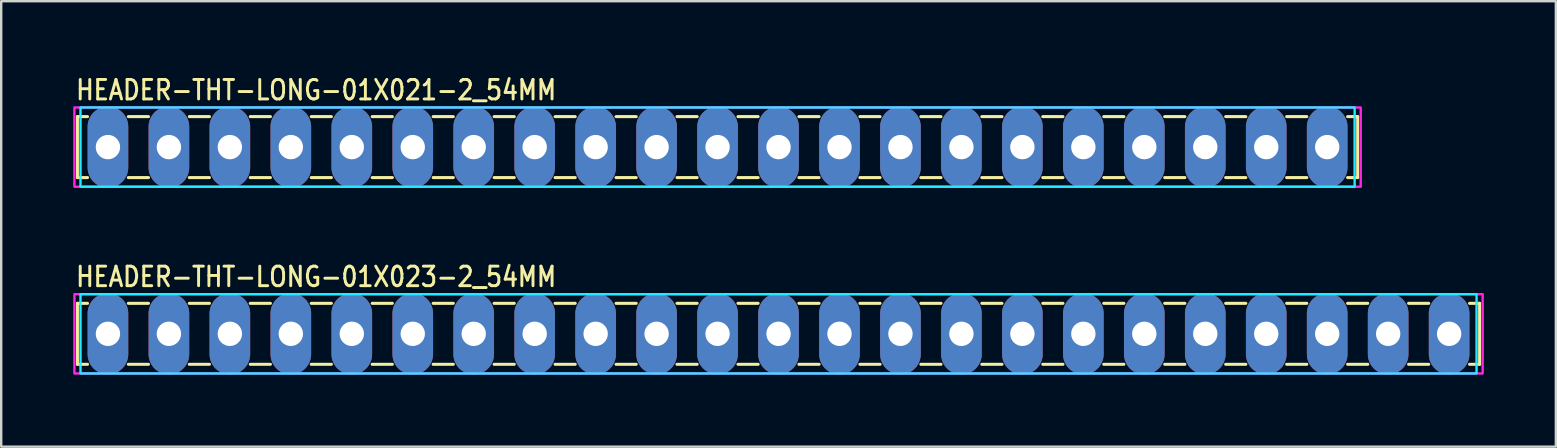
<source format=kicad_pcb>
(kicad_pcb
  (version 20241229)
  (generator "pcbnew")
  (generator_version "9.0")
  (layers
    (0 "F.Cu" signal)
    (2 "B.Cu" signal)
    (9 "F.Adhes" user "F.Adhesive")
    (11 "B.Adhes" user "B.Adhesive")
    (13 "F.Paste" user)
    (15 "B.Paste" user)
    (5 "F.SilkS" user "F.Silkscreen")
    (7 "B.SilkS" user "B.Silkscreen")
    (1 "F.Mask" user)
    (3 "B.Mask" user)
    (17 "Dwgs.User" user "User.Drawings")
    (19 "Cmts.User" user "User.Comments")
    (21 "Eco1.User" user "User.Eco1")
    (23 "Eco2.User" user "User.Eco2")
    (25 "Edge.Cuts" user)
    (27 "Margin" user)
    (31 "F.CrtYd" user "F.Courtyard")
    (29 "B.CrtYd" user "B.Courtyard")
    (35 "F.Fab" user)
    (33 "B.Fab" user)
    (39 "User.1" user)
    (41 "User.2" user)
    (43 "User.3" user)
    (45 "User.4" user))
  (footprint "HEADER-THT-LONG-01X023-2_54MM"
    (layer "F.Cu")
    (at 1.447 10.858)
    (property "Reference" "HEADER-THT-LONG-01X023-2_54MM" (at -1.4 -1.9 0) (unlocked yes) (layer "F.SilkS") (effects (font (size 0.813 0.695) (thickness 0.122)) (justify left bottom)))
    (fp_line (start -1.27 -1.27) (end -1.27 1.27) (stroke (width 0.127) (type solid)) (layer "F.SilkS"))
    (fp_line (start -1.27 1.27) (end -0.85 1.27) (stroke (width 0.127) (type solid)) (layer "F.SilkS"))
    (fp_line (start -0.85 -1.27) (end -1.27 -1.27) (stroke (width 0.127) (type solid)) (layer "F.SilkS"))
    (fp_line (start 0.85 -1.27) (end 1.69 -1.27) (stroke (width 0.127) (type solid)) (layer "F.SilkS"))
    (fp_line (start 0.85 1.27) (end 1.69 1.27) (stroke (width 0.127) (type solid)) (layer "F.SilkS"))
    (fp_line (start 3.39 -1.27) (end 4.23 -1.27) (stroke (width 0.127) (type solid)) (layer "F.SilkS"))
    (fp_line (start 3.39 1.27) (end 4.23 1.27) (stroke (width 0.127) (type solid)) (layer "F.SilkS"))
    (fp_line (start 5.93 -1.27) (end 6.77 -1.27) (stroke (width 0.127) (type solid)) (layer "F.SilkS"))
    (fp_line (start 5.93 1.27) (end 6.77 1.27) (stroke (width 0.127) (type solid)) (layer "F.SilkS"))
    (fp_line (start 8.47 -1.27) (end 9.31 -1.27) (stroke (width 0.127) (type solid)) (layer "F.SilkS"))
    (fp_line (start 8.47 1.27) (end 9.31 1.27) (stroke (width 0.127) (type solid)) (layer "F.SilkS"))
    (fp_line (start 11.01 -1.27) (end 11.85 -1.27) (stroke (width 0.127) (type solid)) (layer "F.SilkS"))
    (fp_line (start 11.01 1.27) (end 11.85 1.27) (stroke (width 0.127) (type solid)) (layer "F.SilkS"))
    (fp_line (start 13.55 -1.27) (end 14.39 -1.27) (stroke (width 0.127) (type solid)) (layer "F.SilkS"))
    (fp_line (start 13.55 1.27) (end 14.39 1.27) (stroke (width 0.127) (type solid)) (layer "F.SilkS"))
    (fp_line (start 16.09 -1.27) (end 16.93 -1.27) (stroke (width 0.127) (type solid)) (layer "F.SilkS"))
    (fp_line (start 16.09 1.27) (end 16.93 1.27) (stroke (width 0.127) (type solid)) (layer "F.SilkS"))
    (fp_line (start 18.63 -1.27) (end 19.47 -1.27) (stroke (width 0.127) (type solid)) (layer "F.SilkS"))
    (fp_line (start 18.63 1.27) (end 19.47 1.27) (stroke (width 0.127) (type solid)) (layer "F.SilkS"))
    (fp_line (start 21.17 -1.27) (end 22.01 -1.27) (stroke (width 0.127) (type solid)) (layer "F.SilkS"))
    (fp_line (start 21.17 1.27) (end 22.01 1.27) (stroke (width 0.127) (type solid)) (layer "F.SilkS"))
    (fp_line (start 23.71 -1.27) (end 24.55 -1.27) (stroke (width 0.127) (type solid)) (layer "F.SilkS"))
    (fp_line (start 23.71 1.27) (end 24.55 1.27) (stroke (width 0.127) (type solid)) (layer "F.SilkS"))
    (fp_line (start 26.25 -1.27) (end 27.09 -1.27) (stroke (width 0.127) (type solid)) (layer "F.SilkS"))
    (fp_line (start 26.25 1.27) (end 27.09 1.27) (stroke (width 0.127) (type solid)) (layer "F.SilkS"))
    (fp_line (start 28.79 -1.27) (end 29.63 -1.27) (stroke (width 0.127) (type solid)) (layer "F.SilkS"))
    (fp_line (start 28.79 1.27) (end 29.63 1.27) (stroke (width 0.127) (type solid)) (layer "F.SilkS"))
    (fp_line (start 31.33 -1.27) (end 32.17 -1.27) (stroke (width 0.127) (type solid)) (layer "F.SilkS"))
    (fp_line (start 31.33 1.27) (end 32.17 1.27) (stroke (width 0.127) (type solid)) (layer "F.SilkS"))
    (fp_line (start 33.87 -1.27) (end 34.71 -1.27) (stroke (width 0.127) (type solid)) (layer "F.SilkS"))
    (fp_line (start 33.87 1.27) (end 34.71 1.27) (stroke (width 0.127) (type solid)) (layer "F.SilkS"))
    (fp_line (start 36.41 -1.27) (end 37.25 -1.27) (stroke (width 0.127) (type solid)) (layer "F.SilkS"))
    (fp_line (start 36.41 1.27) (end 37.25 1.27) (stroke (width 0.127) (type solid)) (layer "F.SilkS"))
    (fp_line (start 38.95 -1.27) (end 39.79 -1.27) (stroke (width 0.127) (type solid)) (layer "F.SilkS"))
    (fp_line (start 38.95 1.27) (end 39.79 1.27) (stroke (width 0.127) (type solid)) (layer "F.SilkS"))
    (fp_line (start 41.49 -1.27) (end 42.33 -1.27) (stroke (width 0.127) (type solid)) (layer "F.SilkS"))
    (fp_line (start 41.49 1.27) (end 42.33 1.27) (stroke (width 0.127) (type solid)) (layer "F.SilkS"))
    (fp_line (start 44.03 -1.27) (end 44.87 -1.27) (stroke (width 0.127) (type solid)) (layer "F.SilkS"))
    (fp_line (start 44.03 1.27) (end 44.87 1.27) (stroke (width 0.127) (type solid)) (layer "F.SilkS"))
    (fp_line (start 46.57 -1.27) (end 47.41 -1.27) (stroke (width 0.127) (type solid)) (layer "F.SilkS"))
    (fp_line (start 46.57 1.27) (end 47.41 1.27) (stroke (width 0.127) (type solid)) (layer "F.SilkS"))
    (fp_line (start 49.11 -1.27) (end 49.95 -1.27) (stroke (width 0.127) (type solid)) (layer "F.SilkS"))
    (fp_line (start 49.11 1.27) (end 49.95 1.27) (stroke (width 0.127) (type solid)) (layer "F.SilkS"))
    (fp_line (start 51.65 -1.27) (end 52.49 -1.27) (stroke (width 0.127) (type solid)) (layer "F.SilkS"))
    (fp_line (start 51.65 1.27) (end 52.49 1.27) (stroke (width 0.127) (type solid)) (layer "F.SilkS"))
    (fp_line (start 54.19 -1.27) (end 55.03 -1.27) (stroke (width 0.127) (type solid)) (layer "F.SilkS"))
    (fp_line (start 54.19 1.27) (end 55.03 1.27) (stroke (width 0.127) (type solid)) (layer "F.SilkS"))
    (fp_line (start 56.73 -1.27) (end 57.15 -1.27) (stroke (width 0.127) (type solid)) (layer "F.SilkS"))
    (fp_line (start 57.15 -1.27) (end 57.15 1.27) (stroke (width 0.127) (type solid)) (layer "F.SilkS"))
    (fp_line (start 57.15 1.27) (end 56.73 1.27) (stroke (width 0.127) (type solid)) (layer "F.SilkS"))
    (fp_poly (pts (xy -1.143 -1.651) (xy 57.023 -1.651) (xy 57.023 1.651) (xy -1.143 1.651)) (stroke (width 0.1) (type solid)) (fill no) (layer "B.CrtYd"))
    (fp_poly (pts (xy -1.397 -1.651) (xy 57.277 -1.651) (xy 57.277 1.651) (xy -1.397 1.651)) (stroke (width 0.1) (type solid)) (fill no) (layer "F.CrtYd"))
    (pad "P$1" thru_hole oval (at 0 0 90) (size 3.387 1.693) (drill 1.016) (layers "*.Cu" "*.Mask"))
    (pad "P$2" thru_hole oval (at 2.54 0 90) (size 3.387 1.693) (drill 1.016) (layers "*.Cu" "*.Mask"))
    (pad "P$3" thru_hole oval (at 5.08 0 90) (size 3.387 1.693) (drill 1.016) (layers "*.Cu" "*.Mask"))
    (pad "P$4" thru_hole oval (at 7.62 0 90) (size 3.387 1.693) (drill 1.016) (layers "*.Cu" "*.Mask"))
    (pad "P$5" thru_hole oval (at 10.16 0 90) (size 3.387 1.693) (drill 1.016) (layers "*.Cu" "*.Mask"))
    (pad "P$6" thru_hole oval (at 12.7 0 90) (size 3.387 1.693) (drill 1.016) (layers "*.Cu" "*.Mask"))
    (pad "P$7" thru_hole oval (at 15.24 0 90) (size 3.387 1.693) (drill 1.016) (layers "*.Cu" "*.Mask"))
    (pad "P$8" thru_hole oval (at 17.78 0 90) (size 3.387 1.693) (drill 1.016) (layers "*.Cu" "*.Mask"))
    (pad "P$9" thru_hole oval (at 20.32 0 90) (size 3.387 1.693) (drill 1.016) (layers "*.Cu" "*.Mask"))
    (pad "P$10" thru_hole oval (at 22.86 0 90) (size 3.387 1.693) (drill 1.016) (layers "*.Cu" "*.Mask"))
    (pad "P$11" thru_hole oval (at 25.4 0 90) (size 3.387 1.693) (drill 1.016) (layers "*.Cu" "*.Mask"))
    (pad "P$12" thru_hole oval (at 27.94 0 90) (size 3.387 1.693) (drill 1.016) (layers "*.Cu" "*.Mask"))
    (pad "P$13" thru_hole oval (at 30.48 0 90) (size 3.387 1.693) (drill 1.016) (layers "*.Cu" "*.Mask"))
    (pad "P$14" thru_hole oval (at 33.02 0 90) (size 3.387 1.693) (drill 1.016) (layers "*.Cu" "*.Mask"))
    (pad "P$15" thru_hole oval (at 35.56 0 90) (size 3.387 1.693) (drill 1.016) (layers "*.Cu" "*.Mask"))
    (pad "P$16" thru_hole oval (at 38.1 0 90) (size 3.387 1.693) (drill 1.016) (layers "*.Cu" "*.Mask"))
    (pad "P$17" thru_hole oval (at 40.64 0 90) (size 3.387 1.693) (drill 1.016) (layers "*.Cu" "*.Mask"))
    (pad "P$18" thru_hole oval (at 43.18 0 90) (size 3.387 1.693) (drill 1.016) (layers "*.Cu" "*.Mask"))
    (pad "P$19" thru_hole oval (at 45.72 0 90) (size 3.387 1.693) (drill 1.016) (layers "*.Cu" "*.Mask"))
    (pad "P$20" thru_hole oval (at 48.26 0 90) (size 3.387 1.693) (drill 1.016) (layers "*.Cu" "*.Mask"))
    (pad "P$21" thru_hole oval (at 50.8 0 90) (size 3.387 1.693) (drill 1.016) (layers "*.Cu" "*.Mask"))
    (pad "P$22" thru_hole oval (at 53.34 0 90) (size 3.387 1.693) (drill 1.016) (layers "*.Cu" "*.Mask"))
    (pad "P$23" thru_hole oval (at 55.88 0 90) (size 3.387 1.693) (drill 1.016) (layers "*.Cu" "*.Mask")))
  (footprint "HEADER-THT-LONG-01X021-2_54MM"
    (layer "F.Cu")
    (at 1.447 3.079)
    (property "Reference" "HEADER-THT-LONG-01X021-2_54MM" (at -1.4 -1.9 0) (unlocked yes) (layer "F.SilkS") (effects (font (size 0.813 0.695) (thickness 0.122)) (justify left bottom)))
    (fp_line (start -1.27 -1.27) (end -1.27 1.27) (stroke (width 0.127) (type solid)) (layer "F.SilkS"))
    (fp_line (start -1.27 1.27) (end -0.85 1.27) (stroke (width 0.127) (type solid)) (layer "F.SilkS"))
    (fp_line (start -0.85 -1.27) (end -1.27 -1.27) (stroke (width 0.127) (type solid)) (layer "F.SilkS"))
    (fp_line (start 0.85 -1.27) (end 1.69 -1.27) (stroke (width 0.127) (type solid)) (layer "F.SilkS"))
    (fp_line (start 0.85 1.27) (end 1.69 1.27) (stroke (width 0.127) (type solid)) (layer "F.SilkS"))
    (fp_line (start 3.39 -1.27) (end 4.23 -1.27) (stroke (width 0.127) (type solid)) (layer "F.SilkS"))
    (fp_line (start 3.39 1.27) (end 4.23 1.27) (stroke (width 0.127) (type solid)) (layer "F.SilkS"))
    (fp_line (start 5.93 -1.27) (end 6.77 -1.27) (stroke (width 0.127) (type solid)) (layer "F.SilkS"))
    (fp_line (start 5.93 1.27) (end 6.77 1.27) (stroke (width 0.127) (type solid)) (layer "F.SilkS"))
    (fp_line (start 8.47 -1.27) (end 9.31 -1.27) (stroke (width 0.127) (type solid)) (layer "F.SilkS"))
    (fp_line (start 8.47 1.27) (end 9.31 1.27) (stroke (width 0.127) (type solid)) (layer "F.SilkS"))
    (fp_line (start 11.01 -1.27) (end 11.85 -1.27) (stroke (width 0.127) (type solid)) (layer "F.SilkS"))
    (fp_line (start 11.01 1.27) (end 11.85 1.27) (stroke (width 0.127) (type solid)) (layer "F.SilkS"))
    (fp_line (start 13.55 -1.27) (end 14.39 -1.27) (stroke (width 0.127) (type solid)) (layer "F.SilkS"))
    (fp_line (start 13.55 1.27) (end 14.39 1.27) (stroke (width 0.127) (type solid)) (layer "F.SilkS"))
    (fp_line (start 16.09 -1.27) (end 16.93 -1.27) (stroke (width 0.127) (type solid)) (layer "F.SilkS"))
    (fp_line (start 16.09 1.27) (end 16.93 1.27) (stroke (width 0.127) (type solid)) (layer "F.SilkS"))
    (fp_line (start 18.63 -1.27) (end 19.47 -1.27) (stroke (width 0.127) (type solid)) (layer "F.SilkS"))
    (fp_line (start 18.63 1.27) (end 19.47 1.27) (stroke (width 0.127) (type solid)) (layer "F.SilkS"))
    (fp_line (start 21.17 -1.27) (end 22.01 -1.27) (stroke (width 0.127) (type solid)) (layer "F.SilkS"))
    (fp_line (start 21.17 1.27) (end 22.01 1.27) (stroke (width 0.127) (type solid)) (layer "F.SilkS"))
    (fp_line (start 23.71 -1.27) (end 24.55 -1.27) (stroke (width 0.127) (type solid)) (layer "F.SilkS"))
    (fp_line (start 23.71 1.27) (end 24.55 1.27) (stroke (width 0.127) (type solid)) (layer "F.SilkS"))
    (fp_line (start 26.25 -1.27) (end 27.09 -1.27) (stroke (width 0.127) (type solid)) (layer "F.SilkS"))
    (fp_line (start 26.25 1.27) (end 27.09 1.27) (stroke (width 0.127) (type solid)) (layer "F.SilkS"))
    (fp_line (start 28.79 -1.27) (end 29.63 -1.27) (stroke (width 0.127) (type solid)) (layer "F.SilkS"))
    (fp_line (start 28.79 1.27) (end 29.63 1.27) (stroke (width 0.127) (type solid)) (layer "F.SilkS"))
    (fp_line (start 31.33 -1.27) (end 32.17 -1.27) (stroke (width 0.127) (type solid)) (layer "F.SilkS"))
    (fp_line (start 31.33 1.27) (end 32.17 1.27) (stroke (width 0.127) (type solid)) (layer "F.SilkS"))
    (fp_line (start 33.87 -1.27) (end 34.71 -1.27) (stroke (width 0.127) (type solid)) (layer "F.SilkS"))
    (fp_line (start 33.87 1.27) (end 34.71 1.27) (stroke (width 0.127) (type solid)) (layer "F.SilkS"))
    (fp_line (start 36.41 -1.27) (end 37.25 -1.27) (stroke (width 0.127) (type solid)) (layer "F.SilkS"))
    (fp_line (start 36.41 1.27) (end 37.25 1.27) (stroke (width 0.127) (type solid)) (layer "F.SilkS"))
    (fp_line (start 38.95 -1.27) (end 39.79 -1.27) (stroke (width 0.127) (type solid)) (layer "F.SilkS"))
    (fp_line (start 38.95 1.27) (end 39.79 1.27) (stroke (width 0.127) (type solid)) (layer "F.SilkS"))
    (fp_line (start 41.49 -1.27) (end 42.33 -1.27) (stroke (width 0.127) (type solid)) (layer "F.SilkS"))
    (fp_line (start 41.49 1.27) (end 42.33 1.27) (stroke (width 0.127) (type solid)) (layer "F.SilkS"))
    (fp_line (start 44.03 -1.27) (end 44.87 -1.27) (stroke (width 0.127) (type solid)) (layer "F.SilkS"))
    (fp_line (start 44.03 1.27) (end 44.87 1.27) (stroke (width 0.127) (type solid)) (layer "F.SilkS"))
    (fp_line (start 46.57 -1.27) (end 47.41 -1.27) (stroke (width 0.127) (type solid)) (layer "F.SilkS"))
    (fp_line (start 46.57 1.27) (end 47.41 1.27) (stroke (width 0.127) (type solid)) (layer "F.SilkS"))
    (fp_line (start 49.11 -1.27) (end 49.95 -1.27) (stroke (width 0.127) (type solid)) (layer "F.SilkS"))
    (fp_line (start 49.11 1.27) (end 49.95 1.27) (stroke (width 0.127) (type solid)) (layer "F.SilkS"))
    (fp_line (start 51.65 -1.27) (end 52.07 -1.27) (stroke (width 0.127) (type solid)) (layer "F.SilkS"))
    (fp_line (start 52.07 -1.27) (end 52.07 1.27) (stroke (width 0.127) (type solid)) (layer "F.SilkS"))
    (fp_line (start 52.07 1.27) (end 51.65 1.27) (stroke (width 0.127) (type solid)) (layer "F.SilkS"))
    (fp_poly (pts (xy -1.143 -1.651) (xy 51.943 -1.651) (xy 51.943 1.651) (xy -1.143 1.651)) (stroke (width 0.1) (type solid)) (fill no) (layer "B.CrtYd"))
    (fp_poly (pts (xy -1.397 -1.651) (xy 52.197 -1.651) (xy 52.197 1.651) (xy -1.397 1.651)) (stroke (width 0.1) (type solid)) (fill no) (layer "F.CrtYd"))
    (pad "P$1" thru_hole oval (at 0 0 90) (size 3.387 1.693) (drill 1.016) (layers "*.Cu" "*.Mask"))
    (pad "P$2" thru_hole oval (at 2.54 0 90) (size 3.387 1.693) (drill 1.016) (layers "*.Cu" "*.Mask"))
    (pad "P$3" thru_hole oval (at 5.08 0 90) (size 3.387 1.693) (drill 1.016) (layers "*.Cu" "*.Mask"))
    (pad "P$4" thru_hole oval (at 7.62 0 90) (size 3.387 1.693) (drill 1.016) (layers "*.Cu" "*.Mask"))
    (pad "P$5" thru_hole oval (at 10.16 0 90) (size 3.387 1.693) (drill 1.016) (layers "*.Cu" "*.Mask"))
    (pad "P$6" thru_hole oval (at 12.7 0 90) (size 3.387 1.693) (drill 1.016) (layers "*.Cu" "*.Mask"))
    (pad "P$7" thru_hole oval (at 15.24 0 90) (size 3.387 1.693) (drill 1.016) (layers "*.Cu" "*.Mask"))
    (pad "P$8" thru_hole oval (at 17.78 0 90) (size 3.387 1.693) (drill 1.016) (layers "*.Cu" "*.Mask"))
    (pad "P$9" thru_hole oval (at 20.32 0 90) (size 3.387 1.693) (drill 1.016) (layers "*.Cu" "*.Mask"))
    (pad "P$10" thru_hole oval (at 22.86 0 90) (size 3.387 1.693) (drill 1.016) (layers "*.Cu" "*.Mask"))
    (pad "P$11" thru_hole oval (at 25.4 0 90) (size 3.387 1.693) (drill 1.016) (layers "*.Cu" "*.Mask"))
    (pad "P$12" thru_hole oval (at 27.94 0 90) (size 3.387 1.693) (drill 1.016) (layers "*.Cu" "*.Mask"))
    (pad "P$13" thru_hole oval (at 30.48 0 90) (size 3.387 1.693) (drill 1.016) (layers "*.Cu" "*.Mask"))
    (pad "P$14" thru_hole oval (at 33.02 0 90) (size 3.387 1.693) (drill 1.016) (layers "*.Cu" "*.Mask"))
    (pad "P$15" thru_hole oval (at 35.56 0 90) (size 3.387 1.693) (drill 1.016) (layers "*.Cu" "*.Mask"))
    (pad "P$16" thru_hole oval (at 38.1 0 90) (size 3.387 1.693) (drill 1.016) (layers "*.Cu" "*.Mask"))
    (pad "P$17" thru_hole oval (at 40.64 0 90) (size 3.387 1.693) (drill 1.016) (layers "*.Cu" "*.Mask"))
    (pad "P$18" thru_hole oval (at 43.18 0 90) (size 3.387 1.693) (drill 1.016) (layers "*.Cu" "*.Mask"))
    (pad "P$19" thru_hole oval (at 45.72 0 90) (size 3.387 1.693) (drill 1.016) (layers "*.Cu" "*.Mask"))
    (pad "P$20" thru_hole oval (at 48.26 0 90) (size 3.387 1.693) (drill 1.016) (layers "*.Cu" "*.Mask"))
    (pad "P$21" thru_hole oval (at 50.8 0 90) (size 3.387 1.693) (drill 1.016) (layers "*.Cu" "*.Mask")))
  (gr_rect
    (start -3 -3)
    (end 61.774 15.559)
    (stroke (width 0.1) (type default))
    (fill no)
    (layer "Edge.Cuts")))
</source>
